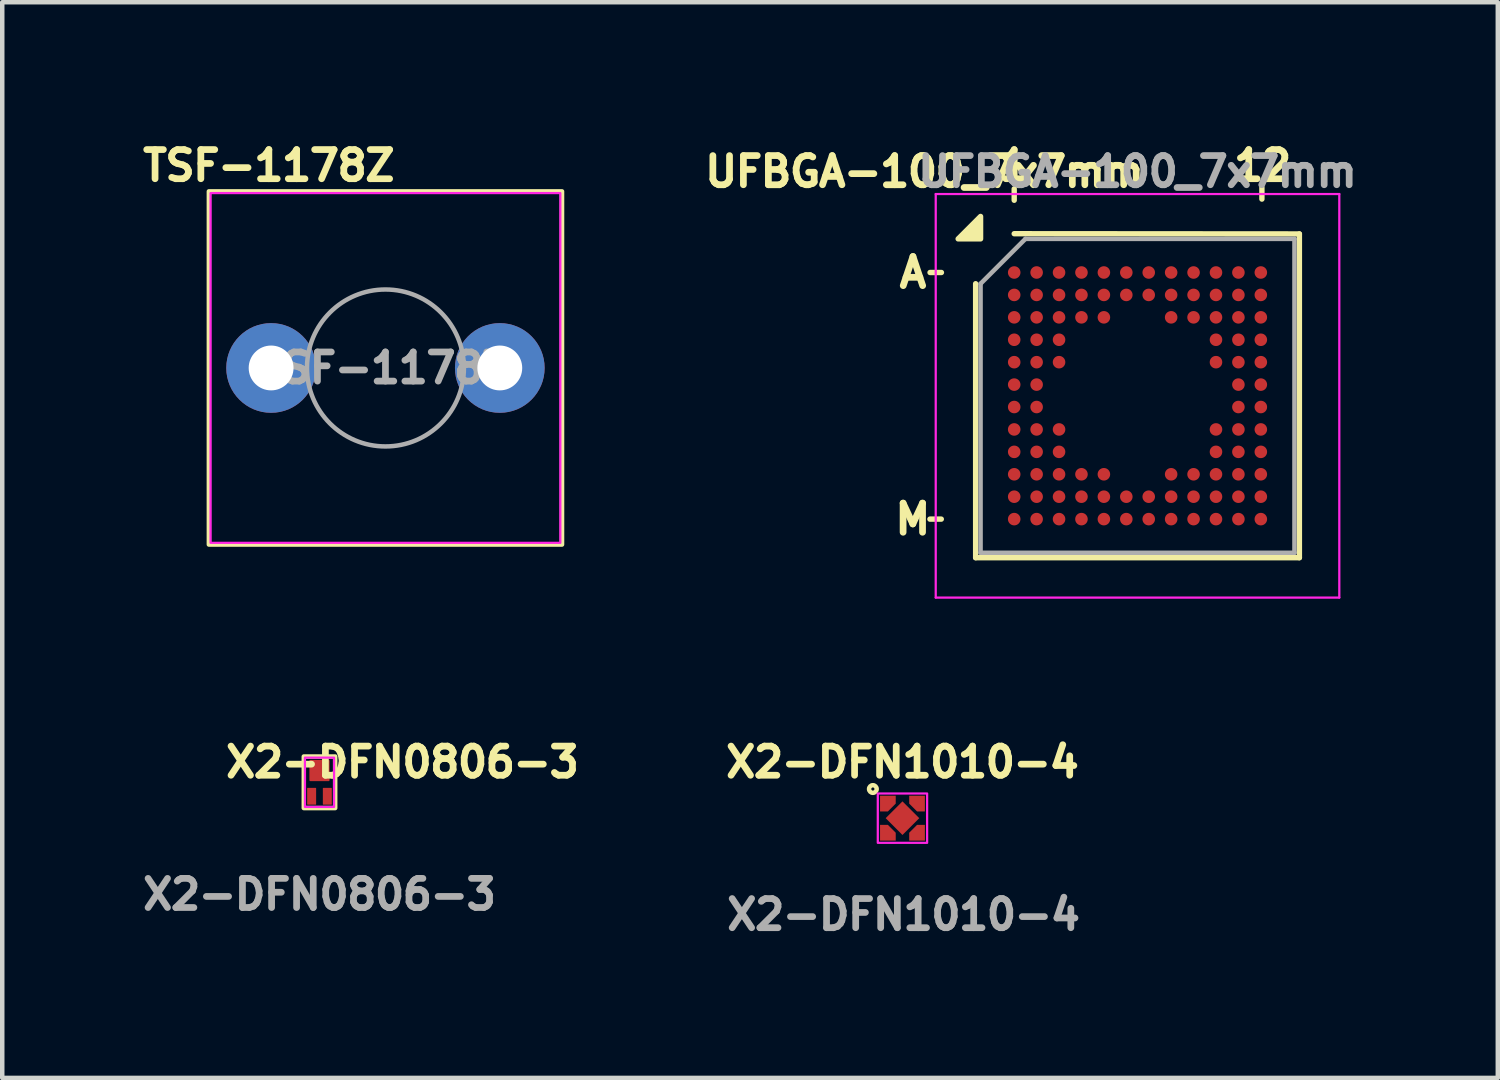
<source format=kicad_pcb>
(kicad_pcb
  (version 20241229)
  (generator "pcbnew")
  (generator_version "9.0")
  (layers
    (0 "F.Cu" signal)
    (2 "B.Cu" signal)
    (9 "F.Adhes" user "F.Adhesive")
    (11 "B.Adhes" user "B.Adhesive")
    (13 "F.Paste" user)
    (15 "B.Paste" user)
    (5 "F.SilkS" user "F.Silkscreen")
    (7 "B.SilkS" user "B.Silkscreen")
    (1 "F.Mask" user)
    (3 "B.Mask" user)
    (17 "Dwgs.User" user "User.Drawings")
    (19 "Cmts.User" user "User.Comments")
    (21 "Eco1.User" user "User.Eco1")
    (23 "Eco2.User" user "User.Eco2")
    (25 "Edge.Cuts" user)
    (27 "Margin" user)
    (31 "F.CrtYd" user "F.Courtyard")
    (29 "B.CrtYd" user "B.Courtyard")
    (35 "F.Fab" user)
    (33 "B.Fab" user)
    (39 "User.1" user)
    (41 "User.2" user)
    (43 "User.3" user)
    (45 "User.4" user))
  (footprint "X2-DFN1010-4"
    (layer "F.Cu")
    (at 17.076 15.196)
    (property "Reference" "X2-DFN1010-4" (at 0 -1.25 0) (unlocked yes) (layer "F.SilkS") (effects (font (size 0.65 0.65) (thickness 0.15) (bold yes))))
    (attr smd)
    (fp_circle (center -0.66 -0.65) (end -0.625 -0.65) (stroke (width 0.1) (type default)) (fill no) (layer "F.SilkS"))
    (fp_rect (start -0.55 -0.55) (end 0.55 0.55) (stroke (width 0.05) (type default)) (fill no) (layer "F.CrtYd"))
    (fp_text user "${REFERENCE}" (at 0.025 2.15 0) (unlocked yes) (layer "F.Fab") (effects (font (size 0.65 0.65) (thickness 0.15))))
    (pad "1" smd roundrect (at -0.325 -0.325) (size 0.35 0.35) (layers "F.Cu" "F.Mask" "F.Paste") (roundrect_rratio 0) (chamfer_ratio 0.5) (chamfer bottom_right))
    (pad "2" smd roundrect (at 0.325 0.325 180) (size 0.35 0.35) (layers "F.Cu" "F.Mask" "F.Paste") (roundrect_rratio 0) (chamfer_ratio 0.5) (chamfer bottom_right))
    (pad "3" smd roundrect (at 0.325 -0.325 270) (size 0.35 0.35) (layers "F.Cu" "F.Mask" "F.Paste") (roundrect_rratio 0) (chamfer_ratio 0.5) (chamfer bottom_right))
    (pad "4" smd rect (at 0 0 45) (size 0.53 0.53) (layers "F.Cu" "F.Mask" "F.Paste"))
    (pad "5" smd roundrect (at -0.325 0.325 90) (size 0.35 0.35) (layers "F.Cu" "F.Mask" "F.Paste") (roundrect_rratio 0) (chamfer_ratio 0.5) (chamfer bottom_right)))
  (footprint "X2-DFN0806-3"
    (layer "F.Cu")
    (at 4.075 14.396)
    (property "Reference" "X2-DFN0806-3" (at 1.85 -0.45 0) (unlocked yes) (layer "F.SilkS") (effects (font (size 0.65 0.65) (thickness 0.15))))
    (attr smd)
    (fp_rect (start -0.35 -0.575) (end 0.35 0.575) (stroke (width 0.1) (type default)) (fill no) (layer "F.SilkS"))
    (fp_rect (start -0.325 -0.55) (end 0.325 0.55) (stroke (width 0.05) (type solid)) (fill no) (layer "F.CrtYd"))
    (fp_text user "${REFERENCE}" (at 0 2.5 0) (unlocked yes) (layer "F.Fab") (effects (font (size 0.65 0.65) (thickness 0.15))))
    (pad "1" smd roundrect (at 0 -0.263) (size 0.45 0.475) (layers "F.Cu" "F.Mask" "F.Paste") (roundrect_rratio 0.05))
    (pad "2" smd roundrect (at -0.175 0.312) (size 0.2 0.375) (layers "F.Cu" "F.Mask" "F.Paste") (roundrect_rratio 0.05))
    (pad "3" smd roundrect (at 0.175 0.312) (size 0.2 0.375) (layers "F.Cu" "F.Mask" "F.Paste") (roundrect_rratio 0.05)))
  (footprint "TSF-1178Z"
    (layer "F.Cu")
    (at 5.546 5.156)
    (property "Reference" "TSF-1178Z" (at -2.6 -4.513 0) (unlocked yes) (layer "F.SilkS") (effects (font (size 0.65 0.65) (thickness 0.15) (bold yes))))
    (attr smd)
    (fp_rect (start -3.938 -3.938) (end 3.938 3.938) (stroke (width 0.1) (type default)) (fill no) (layer "F.SilkS"))
    (fp_rect (start -3.9 -3.9) (end 3.9 3.9) (stroke (width 0.05) (type solid)) (fill no) (layer "F.CrtYd"))
    (fp_circle (center 0 0) (end 1.75 0) (stroke (width 0.1) (type solid)) (fill no) (layer "F.Fab"))
    (fp_text user "${REFERENCE}" (at 0 0 0) (unlocked yes) (layer "F.Fab") (effects (font (size 0.65 0.65) (thickness 0.15))))
    (pad "1" thru_hole circle (at -2.55 0) (size 2 2) (drill 1) (layers "*.Cu" "*.Mask"))
    (pad "2" thru_hole circle (at 2.55 0) (size 2 2) (drill 1) (layers "*.Cu" "*.Mask")))
  (footprint "UFBGA-100_7x7mm"
    (layer "F.Cu")
    (at 22.318 5.777)
    (property "Reference" "UFBGA-100_7x7mm" (at -4.75 -5 0) (layer "F.SilkS") (effects (font (size 0.65 0.65) (thickness 0.15))))
    (attr smd)
    (fp_line (start -4.376 2.75) (end -4.63 2.75) (stroke (width 0.12) (type solid)) (layer "F.SilkS"))
    (fp_line (start -4.373 -2.75) (end -4.627 -2.75) (stroke (width 0.12) (type solid)) (layer "F.SilkS"))
    (fp_line (start -3.61 3.61) (end -3.61 -2.5) (stroke (width 0.12) (type solid)) (layer "F.SilkS"))
    (fp_line (start -2.75 -4.361) (end -2.75 -4.615) (stroke (width 0.12) (type solid)) (layer "F.SilkS"))
    (fp_line (start -2.75 -3.615) (end 3.61 -3.61) (stroke (width 0.12) (type solid)) (layer "F.SilkS"))
    (fp_line (start 2.774 -4.387) (end 2.774 -4.641) (stroke (width 0.12) (type solid)) (layer "F.SilkS"))
    (fp_line (start 3.61 -3.61) (end 3.61 3.61) (stroke (width 0.12) (type solid)) (layer "F.SilkS"))
    (fp_line (start 3.61 3.61) (end -3.61 3.61) (stroke (width 0.12) (type solid)) (layer "F.SilkS"))
    (fp_poly (pts (xy -3.5 -3.5) (xy -4 -3.5) (xy -3.5 -4)) (stroke (width 0.12) (type solid)) (fill yes) (layer "F.SilkS"))
    (fp_line (start -4.5 -4.5) (end -4.5 4.5) (stroke (width 0.05) (type solid)) (layer "F.CrtYd"))
    (fp_line (start -4.5 4.5) (end 4.5 4.5) (stroke (width 0.05) (type solid)) (layer "F.CrtYd"))
    (fp_line (start 4.5 -4.5) (end -4.5 -4.5) (stroke (width 0.05) (type solid)) (layer "F.CrtYd"))
    (fp_line (start 4.5 4.5) (end 4.5 -4.5) (stroke (width 0.05) (type solid)) (layer "F.CrtYd"))
    (fp_line (start -3.5 -2.5) (end -2.5 -3.5) (stroke (width 0.1) (type solid)) (layer "F.Fab"))
    (fp_line (start -3.5 3.5) (end -3.5 -2.5) (stroke (width 0.1) (type solid)) (layer "F.Fab"))
    (fp_line (start -2.5 -3.5) (end 3.5 -3.5) (stroke (width 0.1) (type solid)) (layer "F.Fab"))
    (fp_line (start 3.5 -3.5) (end 3.5 3.5) (stroke (width 0.1) (type solid)) (layer "F.Fab"))
    (fp_line (start 3.5 3.5) (end -3.5 3.5) (stroke (width 0.1) (type solid)) (layer "F.Fab"))
    (fp_text user "1" (at -2.75 -5.134 0) (unlocked yes) (layer "F.SilkS") (effects (font (size 0.65 0.65) (thickness 0.15))))
    (fp_text user "M" (at -5.011 2.75 0) (unlocked yes) (layer "F.SilkS") (effects (font (size 0.65 0.65) (thickness 0.15))))
    (fp_text user "12" (at 2.79 -5.134 0) (unlocked yes) (layer "F.SilkS") (effects (font (size 0.65 0.65) (thickness 0.15))))
    (fp_text user "A" (at -5.008 -2.75 0) (unlocked yes) (layer "F.SilkS") (effects (font (size 0.65 0.65) (thickness 0.15))))
    (fp_text user "${REFERENCE}" (at 0 -5 0) (layer "F.Fab") (effects (font (size 0.65 0.65) (thickness 0.15))))
    (pad "A1" smd circle (at -2.75 -2.75) (size 0.28 0.28) (property pad_prop_bga) (layers "F.Cu" "F.Mask" "F.Paste"))
    (pad "A2" smd circle (at -2.25 -2.75) (size 0.28 0.28) (property pad_prop_bga) (layers "F.Cu" "F.Mask" "F.Paste"))
    (pad "A3" smd circle (at -1.75 -2.75) (size 0.28 0.28) (property pad_prop_bga) (layers "F.Cu" "F.Mask" "F.Paste"))
    (pad "A4" smd circle (at -1.25 -2.75) (size 0.28 0.28) (property pad_prop_bga) (layers "F.Cu" "F.Mask" "F.Paste"))
    (pad "A5" smd circle (at -0.75 -2.75) (size 0.28 0.28) (property pad_prop_bga) (layers "F.Cu" "F.Mask" "F.Paste"))
    (pad "A6" smd circle (at -0.25 -2.75) (size 0.28 0.28) (property pad_prop_bga) (layers "F.Cu" "F.Mask" "F.Paste"))
    (pad "A7" smd circle (at 0.25 -2.75) (size 0.28 0.28) (property pad_prop_bga) (layers "F.Cu" "F.Mask" "F.Paste"))
    (pad "A8" smd circle (at 0.75 -2.75) (size 0.28 0.28) (property pad_prop_bga) (layers "F.Cu" "F.Mask" "F.Paste"))
    (pad "A9" smd circle (at 1.25 -2.75) (size 0.28 0.28) (property pad_prop_bga) (layers "F.Cu" "F.Mask" "F.Paste"))
    (pad "A10" smd circle (at 1.75 -2.75) (size 0.28 0.28) (property pad_prop_bga) (layers "F.Cu" "F.Mask" "F.Paste"))
    (pad "A11" smd circle (at 2.25 -2.75) (size 0.28 0.28) (property pad_prop_bga) (layers "F.Cu" "F.Mask" "F.Paste"))
    (pad "A12" smd circle (at 2.75 -2.75) (size 0.28 0.28) (property pad_prop_bga) (layers "F.Cu" "F.Mask" "F.Paste"))
    (pad "B1" smd circle (at -2.75 -2.25) (size 0.28 0.28) (property pad_prop_bga) (layers "F.Cu" "F.Mask" "F.Paste"))
    (pad "B2" smd circle (at -2.25 -2.25) (size 0.28 0.28) (property pad_prop_bga) (layers "F.Cu" "F.Mask" "F.Paste"))
    (pad "B3" smd circle (at -1.75 -2.25) (size 0.28 0.28) (property pad_prop_bga) (layers "F.Cu" "F.Mask" "F.Paste"))
    (pad "B4" smd circle (at -1.25 -2.25) (size 0.28 0.28) (property pad_prop_bga) (layers "F.Cu" "F.Mask" "F.Paste"))
    (pad "B5" smd circle (at -0.75 -2.25) (size 0.28 0.28) (property pad_prop_bga) (layers "F.Cu" "F.Mask" "F.Paste"))
    (pad "B6" smd circle (at -0.25 -2.25) (size 0.28 0.28) (property pad_prop_bga) (layers "F.Cu" "F.Mask" "F.Paste"))
    (pad "B7" smd circle (at 0.25 -2.25) (size 0.28 0.28) (property pad_prop_bga) (layers "F.Cu" "F.Mask" "F.Paste"))
    (pad "B8" smd circle (at 0.75 -2.25) (size 0.28 0.28) (property pad_prop_bga) (layers "F.Cu" "F.Mask" "F.Paste"))
    (pad "B9" smd circle (at 1.25 -2.25) (size 0.28 0.28) (property pad_prop_bga) (layers "F.Cu" "F.Mask" "F.Paste"))
    (pad "B10" smd circle (at 1.75 -2.25) (size 0.28 0.28) (property pad_prop_bga) (layers "F.Cu" "F.Mask" "F.Paste"))
    (pad "B11" smd circle (at 2.25 -2.25) (size 0.28 0.28) (property pad_prop_bga) (layers "F.Cu" "F.Mask" "F.Paste"))
    (pad "B12" smd circle (at 2.75 -2.25) (size 0.28 0.28) (property pad_prop_bga) (layers "F.Cu" "F.Mask" "F.Paste"))
    (pad "C1" smd circle (at -2.75 -1.75) (size 0.28 0.28) (property pad_prop_bga) (layers "F.Cu" "F.Mask" "F.Paste"))
    (pad "C2" smd circle (at -2.25 -1.75) (size 0.28 0.28) (property pad_prop_bga) (layers "F.Cu" "F.Mask" "F.Paste"))
    (pad "C3" smd circle (at -1.75 -1.75) (size 0.28 0.28) (property pad_prop_bga) (layers "F.Cu" "F.Mask" "F.Paste"))
    (pad "C4" smd circle (at -1.25 -1.75) (size 0.28 0.28) (property pad_prop_bga) (layers "F.Cu" "F.Mask" "F.Paste"))
    (pad "C5" smd circle (at -0.75 -1.75) (size 0.28 0.28) (property pad_prop_bga) (layers "F.Cu" "F.Mask" "F.Paste"))
    (pad "C8" smd circle (at 0.75 -1.75) (size 0.28 0.28) (property pad_prop_bga) (layers "F.Cu" "F.Mask" "F.Paste"))
    (pad "C9" smd circle (at 1.25 -1.75) (size 0.28 0.28) (property pad_prop_bga) (layers "F.Cu" "F.Mask" "F.Paste"))
    (pad "C10" smd circle (at 1.75 -1.75) (size 0.28 0.28) (property pad_prop_bga) (layers "F.Cu" "F.Mask" "F.Paste"))
    (pad "C11" smd circle (at 2.25 -1.75) (size 0.28 0.28) (property pad_prop_bga) (layers "F.Cu" "F.Mask" "F.Paste"))
    (pad "C12" smd circle (at 2.75 -1.75) (size 0.28 0.28) (property pad_prop_bga) (layers "F.Cu" "F.Mask" "F.Paste"))
    (pad "D1" smd circle (at -2.75 -1.25) (size 0.28 0.28) (property pad_prop_bga) (layers "F.Cu" "F.Mask" "F.Paste"))
    (pad "D2" smd circle (at -2.25 -1.25) (size 0.28 0.28) (property pad_prop_bga) (layers "F.Cu" "F.Mask" "F.Paste"))
    (pad "D3" smd circle (at -1.75 -1.25) (size 0.28 0.28) (property pad_prop_bga) (layers "F.Cu" "F.Mask" "F.Paste"))
    (pad "D10" smd circle (at 1.75 -1.25) (size 0.28 0.28) (property pad_prop_bga) (layers "F.Cu" "F.Mask" "F.Paste"))
    (pad "D11" smd circle (at 2.25 -1.25) (size 0.28 0.28) (property pad_prop_bga) (layers "F.Cu" "F.Mask" "F.Paste"))
    (pad "D12" smd circle (at 2.75 -1.25) (size 0.28 0.28) (property pad_prop_bga) (layers "F.Cu" "F.Mask" "F.Paste"))
    (pad "E1" smd circle (at -2.75 -0.75) (size 0.28 0.28) (property pad_prop_bga) (layers "F.Cu" "F.Mask" "F.Paste"))
    (pad "E2" smd circle (at -2.25 -0.75) (size 0.28 0.28) (property pad_prop_bga) (layers "F.Cu" "F.Mask" "F.Paste"))
    (pad "E3" smd circle (at -1.75 -0.75) (size 0.28 0.28) (property pad_prop_bga) (layers "F.Cu" "F.Mask" "F.Paste"))
    (pad "E10" smd circle (at 1.75 -0.75) (size 0.28 0.28) (property pad_prop_bga) (layers "F.Cu" "F.Mask" "F.Paste"))
    (pad "E11" smd circle (at 2.25 -0.75) (size 0.28 0.28) (property pad_prop_bga) (layers "F.Cu" "F.Mask" "F.Paste"))
    (pad "E12" smd circle (at 2.75 -0.75) (size 0.28 0.28) (property pad_prop_bga) (layers "F.Cu" "F.Mask" "F.Paste"))
    (pad "F1" smd circle (at -2.75 -0.25) (size 0.28 0.28) (property pad_prop_bga) (layers "F.Cu" "F.Mask" "F.Paste"))
    (pad "F2" smd circle (at -2.25 -0.25) (size 0.28 0.28) (property pad_prop_bga) (layers "F.Cu" "F.Mask" "F.Paste"))
    (pad "F11" smd circle (at 2.25 -0.25) (size 0.28 0.28) (property pad_prop_bga) (layers "F.Cu" "F.Mask" "F.Paste"))
    (pad "F12" smd circle (at 2.75 -0.25) (size 0.28 0.28) (property pad_prop_bga) (layers "F.Cu" "F.Mask" "F.Paste"))
    (pad "G1" smd circle (at -2.75 0.25) (size 0.28 0.28) (property pad_prop_bga) (layers "F.Cu" "F.Mask" "F.Paste"))
    (pad "G2" smd circle (at -2.25 0.25) (size 0.28 0.28) (property pad_prop_bga) (layers "F.Cu" "F.Mask" "F.Paste"))
    (pad "G11" smd circle (at 2.25 0.25) (size 0.28 0.28) (property pad_prop_bga) (layers "F.Cu" "F.Mask" "F.Paste"))
    (pad "G12" smd circle (at 2.75 0.25) (size 0.28 0.28) (property pad_prop_bga) (layers "F.Cu" "F.Mask" "F.Paste"))
    (pad "H1" smd circle (at -2.75 0.75) (size 0.28 0.28) (property pad_prop_bga) (layers "F.Cu" "F.Mask" "F.Paste"))
    (pad "H2" smd circle (at -2.25 0.75) (size 0.28 0.28) (property pad_prop_bga) (layers "F.Cu" "F.Mask" "F.Paste"))
    (pad "H3" smd circle (at -1.75 0.75) (size 0.28 0.28) (property pad_prop_bga) (layers "F.Cu" "F.Mask" "F.Paste"))
    (pad "H10" smd circle (at 1.75 0.75) (size 0.28 0.28) (property pad_prop_bga) (layers "F.Cu" "F.Mask" "F.Paste"))
    (pad "H11" smd circle (at 2.25 0.75) (size 0.28 0.28) (property pad_prop_bga) (layers "F.Cu" "F.Mask" "F.Paste"))
    (pad "H12" smd circle (at 2.75 0.75) (size 0.28 0.28) (property pad_prop_bga) (layers "F.Cu" "F.Mask" "F.Paste"))
    (pad "J1" smd circle (at -2.75 1.25) (size 0.28 0.28) (property pad_prop_bga) (layers "F.Cu" "F.Mask" "F.Paste"))
    (pad "J2" smd circle (at -2.25 1.25) (size 0.28 0.28) (property pad_prop_bga) (layers "F.Cu" "F.Mask" "F.Paste"))
    (pad "J3" smd circle (at -1.75 1.25) (size 0.28 0.28) (property pad_prop_bga) (layers "F.Cu" "F.Mask" "F.Paste"))
    (pad "J10" smd circle (at 1.75 1.25) (size 0.28 0.28) (property pad_prop_bga) (layers "F.Cu" "F.Mask" "F.Paste"))
    (pad "J11" smd circle (at 2.25 1.25) (size 0.28 0.28) (property pad_prop_bga) (layers "F.Cu" "F.Mask" "F.Paste"))
    (pad "J12" smd circle (at 2.75 1.25) (size 0.28 0.28) (property pad_prop_bga) (layers "F.Cu" "F.Mask" "F.Paste"))
    (pad "K1" smd circle (at -2.75 1.75) (size 0.28 0.28) (property pad_prop_bga) (layers "F.Cu" "F.Mask" "F.Paste"))
    (pad "K2" smd circle (at -2.25 1.75) (size 0.28 0.28) (property pad_prop_bga) (layers "F.Cu" "F.Mask" "F.Paste"))
    (pad "K3" smd circle (at -1.75 1.75) (size 0.28 0.28) (property pad_prop_bga) (layers "F.Cu" "F.Mask" "F.Paste"))
    (pad "K4" smd circle (at -1.25 1.75) (size 0.28 0.28) (property pad_prop_bga) (layers "F.Cu" "F.Mask" "F.Paste"))
    (pad "K5" smd circle (at -0.75 1.75) (size 0.28 0.28) (property pad_prop_bga) (layers "F.Cu" "F.Mask" "F.Paste"))
    (pad "K8" smd circle (at 0.75 1.75) (size 0.28 0.28) (property pad_prop_bga) (layers "F.Cu" "F.Mask" "F.Paste"))
    (pad "K9" smd circle (at 1.25 1.75) (size 0.28 0.28) (property pad_prop_bga) (layers "F.Cu" "F.Mask" "F.Paste"))
    (pad "K10" smd circle (at 1.75 1.75) (size 0.28 0.28) (property pad_prop_bga) (layers "F.Cu" "F.Mask" "F.Paste"))
    (pad "K11" smd circle (at 2.25 1.75) (size 0.28 0.28) (property pad_prop_bga) (layers "F.Cu" "F.Mask" "F.Paste"))
    (pad "K12" smd circle (at 2.75 1.75) (size 0.28 0.28) (property pad_prop_bga) (layers "F.Cu" "F.Mask" "F.Paste"))
    (pad "L1" smd circle (at -2.75 2.25) (size 0.28 0.28) (property pad_prop_bga) (layers "F.Cu" "F.Mask" "F.Paste"))
    (pad "L2" smd circle (at -2.25 2.25) (size 0.28 0.28) (property pad_prop_bga) (layers "F.Cu" "F.Mask" "F.Paste"))
    (pad "L3" smd circle (at -1.75 2.25) (size 0.28 0.28) (property pad_prop_bga) (layers "F.Cu" "F.Mask" "F.Paste"))
    (pad "L4" smd circle (at -1.25 2.25) (size 0.28 0.28) (property pad_prop_bga) (layers "F.Cu" "F.Mask" "F.Paste"))
    (pad "L5" smd circle (at -0.75 2.25) (size 0.28 0.28) (property pad_prop_bga) (layers "F.Cu" "F.Mask" "F.Paste"))
    (pad "L6" smd circle (at -0.25 2.25) (size 0.28 0.28) (property pad_prop_bga) (layers "F.Cu" "F.Mask" "F.Paste"))
    (pad "L7" smd circle (at 0.25 2.25) (size 0.28 0.28) (property pad_prop_bga) (layers "F.Cu" "F.Mask" "F.Paste"))
    (pad "L8" smd circle (at 0.75 2.25) (size 0.28 0.28) (property pad_prop_bga) (layers "F.Cu" "F.Mask" "F.Paste"))
    (pad "L9" smd circle (at 1.25 2.25) (size 0.28 0.28) (property pad_prop_bga) (layers "F.Cu" "F.Mask" "F.Paste"))
    (pad "L10" smd circle (at 1.75 2.25) (size 0.28 0.28) (property pad_prop_bga) (layers "F.Cu" "F.Mask" "F.Paste"))
    (pad "L11" smd circle (at 2.25 2.25) (size 0.28 0.28) (property pad_prop_bga) (layers "F.Cu" "F.Mask" "F.Paste"))
    (pad "L12" smd circle (at 2.75 2.25) (size 0.28 0.28) (property pad_prop_bga) (layers "F.Cu" "F.Mask" "F.Paste"))
    (pad "M1" smd circle (at -2.75 2.75) (size 0.28 0.28) (property pad_prop_bga) (layers "F.Cu" "F.Mask" "F.Paste"))
    (pad "M2" smd circle (at -2.25 2.75) (size 0.28 0.28) (property pad_prop_bga) (layers "F.Cu" "F.Mask" "F.Paste"))
    (pad "M3" smd circle (at -1.75 2.75) (size 0.28 0.28) (property pad_prop_bga) (layers "F.Cu" "F.Mask" "F.Paste"))
    (pad "M4" smd circle (at -1.25 2.75) (size 0.28 0.28) (property pad_prop_bga) (layers "F.Cu" "F.Mask" "F.Paste"))
    (pad "M5" smd circle (at -0.75 2.75) (size 0.28 0.28) (property pad_prop_bga) (layers "F.Cu" "F.Mask" "F.Paste"))
    (pad "M6" smd circle (at -0.25 2.75) (size 0.28 0.28) (property pad_prop_bga) (layers "F.Cu" "F.Mask" "F.Paste"))
    (pad "M7" smd circle (at 0.25 2.75) (size 0.28 0.28) (property pad_prop_bga) (layers "F.Cu" "F.Mask" "F.Paste"))
    (pad "M8" smd circle (at 0.75 2.75) (size 0.28 0.28) (property pad_prop_bga) (layers "F.Cu" "F.Mask" "F.Paste"))
    (pad "M9" smd circle (at 1.25 2.75) (size 0.28 0.28) (property pad_prop_bga) (layers "F.Cu" "F.Mask" "F.Paste"))
    (pad "M10" smd circle (at 1.75 2.75) (size 0.28 0.28) (property pad_prop_bga) (layers "F.Cu" "F.Mask" "F.Paste"))
    (pad "M11" smd circle (at 2.25 2.75) (size 0.28 0.28) (property pad_prop_bga) (layers "F.Cu" "F.Mask" "F.Paste"))
    (pad "M12" smd circle (at 2.75 2.75) (size 0.28 0.28) (property pad_prop_bga) (layers "F.Cu" "F.Mask" "F.Paste")))
  (gr_rect
    (start -3 -3)
    (end 30.353 20.989)
    (stroke (width 0.1) (type default))
    (fill no)
    (layer "Edge.Cuts")))
</source>
